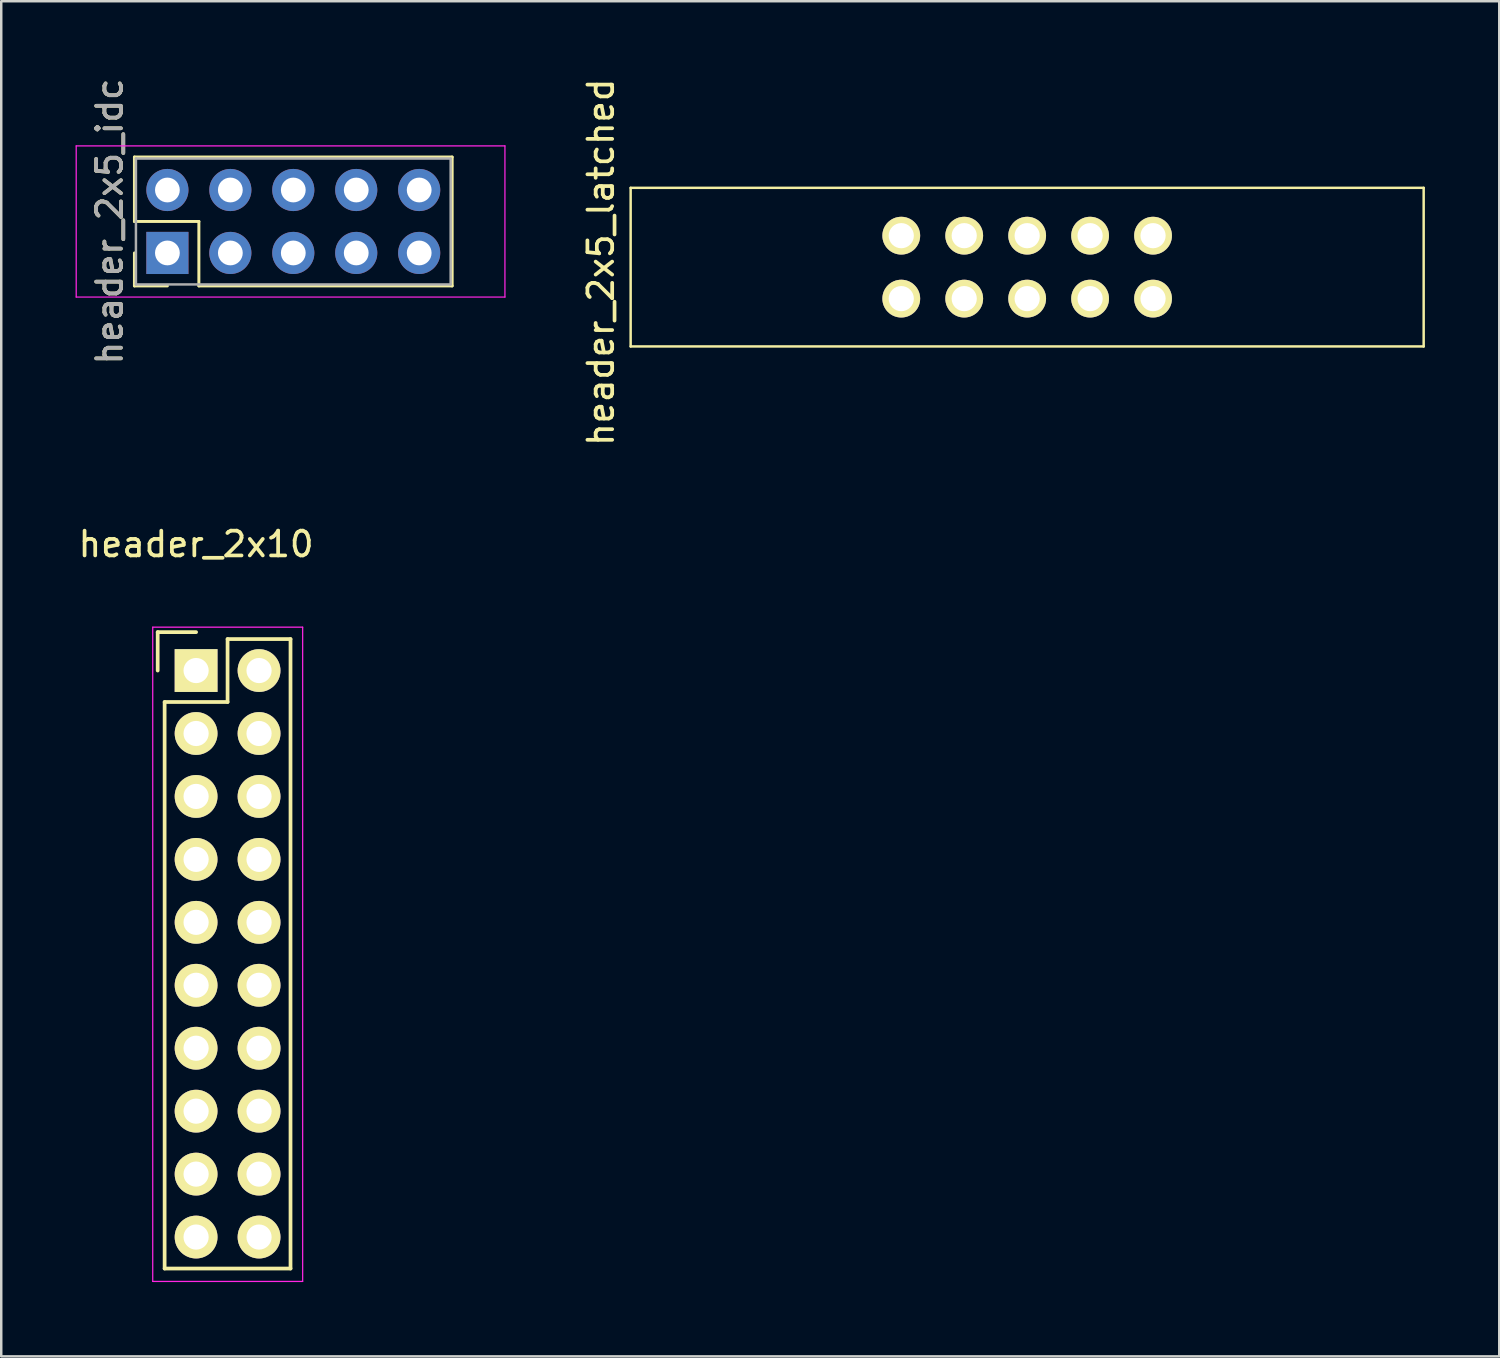
<source format=kicad_pcb>
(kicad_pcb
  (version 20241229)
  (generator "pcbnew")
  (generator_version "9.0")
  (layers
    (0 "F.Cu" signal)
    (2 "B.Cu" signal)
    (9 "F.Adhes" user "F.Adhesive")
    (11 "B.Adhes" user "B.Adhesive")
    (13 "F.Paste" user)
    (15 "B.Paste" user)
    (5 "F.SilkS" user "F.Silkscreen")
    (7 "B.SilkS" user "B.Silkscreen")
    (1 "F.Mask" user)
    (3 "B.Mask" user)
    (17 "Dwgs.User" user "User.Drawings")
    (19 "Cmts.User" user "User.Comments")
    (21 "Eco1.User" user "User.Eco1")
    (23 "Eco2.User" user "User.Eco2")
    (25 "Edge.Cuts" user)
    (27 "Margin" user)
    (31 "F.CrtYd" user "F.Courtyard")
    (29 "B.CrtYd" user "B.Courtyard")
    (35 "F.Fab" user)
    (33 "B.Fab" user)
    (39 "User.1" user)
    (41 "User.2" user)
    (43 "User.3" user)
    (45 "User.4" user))
  (footprint "header_2x5_idc"
    (layer "F.Cu")
    (at 8.675 5.887)
    (property "Reference" "header_2x5_idc" (at -7.3 0 90) (layer "F.SilkS") (effects (font (size 1 1) (thickness 0.15))))
    (attr through_hole)
    (fp_line (start -6.3 -2.6) (end -6.3 0) (stroke (width 0.12) (type solid)) (layer "F.SilkS"))
    (fp_line (start -6.3 0) (end -3.7 0) (stroke (width 0.12) (type solid)) (layer "F.SilkS"))
    (fp_line (start -6.3 2.6) (end -6.3 1.27) (stroke (width 0.12) (type solid)) (layer "F.SilkS"))
    (fp_line (start -4.97 2.6) (end -6.3 2.6) (stroke (width 0.12) (type solid)) (layer "F.SilkS"))
    (fp_line (start -3.7 0) (end -3.7 2.6) (stroke (width 0.12) (type solid)) (layer "F.SilkS"))
    (fp_line (start -3.7 2.6) (end 6.52 2.6) (stroke (width 0.12) (type solid)) (layer "F.SilkS"))
    (fp_line (start 6.52 -2.6) (end -6.3 -2.6) (stroke (width 0.12) (type solid)) (layer "F.SilkS"))
    (fp_line (start 6.52 2.6) (end 6.52 -2.6) (stroke (width 0.12) (type solid)) (layer "F.SilkS"))
    (fp_line (start -8.65 -3.05) (end -8.65 3.05) (stroke (width 0.05) (type solid)) (layer "F.CrtYd"))
    (fp_line (start -8.65 -3.05) (end 8.65 -3.05) (stroke (width 0.05) (type solid)) (layer "F.CrtYd"))
    (fp_line (start -8.65 3.05) (end 8.65 3.05) (stroke (width 0.05) (type solid)) (layer "F.CrtYd"))
    (fp_line (start 8.65 3.05) (end 8.65 -3.05) (stroke (width 0.05) (type solid)) (layer "F.CrtYd"))
    (fp_line (start -6.24 -2.54) (end -6.24 2.54) (stroke (width 0.1) (type solid)) (layer "F.Fab"))
    (fp_line (start -6.24 2.54) (end 6.46 2.54) (stroke (width 0.1) (type solid)) (layer "F.Fab"))
    (fp_line (start 6.46 -2.54) (end -6.24 -2.54) (stroke (width 0.1) (type solid)) (layer "F.Fab"))
    (fp_line (start 6.46 2.54) (end 6.46 -2.54) (stroke (width 0.1) (type solid)) (layer "F.Fab"))
    (fp_text user "${REFERENCE}" (at -7.3 0 90) (layer "F.Fab") (effects (font (size 1 1) (thickness 0.15))))
    (pad "1" thru_hole rect (at -4.97 1.27 90) (size 1.7 1.7) (drill 1) (layers "*.Cu" "*.Mask"))
    (pad "2" thru_hole oval (at -4.97 -1.27 90) (size 1.7 1.7) (drill 1) (layers "*.Cu" "*.Mask"))
    (pad "3" thru_hole oval (at -2.43 1.27 90) (size 1.7 1.7) (drill 1) (layers "*.Cu" "*.Mask"))
    (pad "4" thru_hole oval (at -2.43 -1.27 90) (size 1.7 1.7) (drill 1) (layers "*.Cu" "*.Mask"))
    (pad "5" thru_hole oval (at 0.11 1.27 90) (size 1.7 1.7) (drill 1) (layers "*.Cu" "*.Mask"))
    (pad "6" thru_hole oval (at 0.11 -1.27 90) (size 1.7 1.7) (drill 1) (layers "*.Cu" "*.Mask"))
    (pad "7" thru_hole oval (at 2.65 1.27 90) (size 1.7 1.7) (drill 1) (layers "*.Cu" "*.Mask"))
    (pad "8" thru_hole oval (at 2.65 -1.27 90) (size 1.7 1.7) (drill 1) (layers "*.Cu" "*.Mask"))
    (pad "9" thru_hole oval (at 5.19 1.27 90) (size 1.7 1.7) (drill 1) (layers "*.Cu" "*.Mask"))
    (pad "10" thru_hole oval (at 5.19 -1.27 90) (size 1.7 1.7) (drill 1) (layers "*.Cu" "*.Mask")))
  (footprint "header_2x5_latched"
    (layer "F.Cu")
    (at 38.398 7.73)
    (property "Reference" "header_2x5_latched" (at -17.2 -0.2 90) (layer "F.SilkS") (effects (font (size 1 1) (thickness 0.15))))
    (attr through_hole)
    (fp_line (start -16 -3.2) (end 16 -3.2) (stroke (width 0.1) (type solid)) (layer "F.SilkS"))
    (fp_line (start -16 3.2) (end -16 -3.2) (stroke (width 0.1) (type solid)) (layer "F.SilkS"))
    (fp_line (start -16 3.2) (end 16 3.2) (stroke (width 0.1) (type solid)) (layer "F.SilkS"))
    (fp_line (start 16 3.2) (end 16 -3.2) (stroke (width 0.1) (type solid)) (layer "F.SilkS"))
    (pad "1" thru_hole circle (at -5.08 1.27) (size 1.524 1.524) (drill 1.016) (layers "*.Cu" "*.Mask" "F.SilkS"))
    (pad "2" thru_hole circle (at -5.08 -1.27) (size 1.524 1.524) (drill 1.016) (layers "*.Cu" "*.Mask" "F.SilkS"))
    (pad "3" thru_hole circle (at -2.54 1.27) (size 1.524 1.524) (drill 1.016) (layers "*.Cu" "*.Mask" "F.SilkS"))
    (pad "4" thru_hole circle (at -2.54 -1.27) (size 1.524 1.524) (drill 1.016) (layers "*.Cu" "*.Mask" "F.SilkS"))
    (pad "5" thru_hole circle (at 0 1.27) (size 1.524 1.524) (drill 1.016) (layers "*.Cu" "*.Mask" "F.SilkS"))
    (pad "6" thru_hole circle (at 0 -1.27) (size 1.524 1.524) (drill 1.016) (layers "*.Cu" "*.Mask" "F.SilkS"))
    (pad "7" thru_hole circle (at 2.54 1.27) (size 1.524 1.524) (drill 1.016) (layers "*.Cu" "*.Mask" "F.SilkS"))
    (pad "8" thru_hole circle (at 2.54 -1.27) (size 1.524 1.524) (drill 1.016) (layers "*.Cu" "*.Mask" "F.SilkS"))
    (pad "9" thru_hole circle (at 5.08 1.27) (size 1.524 1.524) (drill 1.016) (layers "*.Cu" "*.Mask" "F.SilkS"))
    (pad "10" thru_hole circle (at 5.08 -1.27) (size 1.524 1.524) (drill 1.016) (layers "*.Cu" "*.Mask" "F.SilkS")))
  (footprint "header_2x10"
    (layer "F.Cu")
    (at 4.863 24.008)
    (property "Reference" "header_2x10" (at 0 -5.1 0) (layer "F.SilkS") (effects (font (size 1 1) (thickness 0.15))))
    (attr through_hole)
    (fp_line (start -1.55 -1.55) (end -1.55 0) (stroke (width 0.15) (type solid)) (layer "F.SilkS"))
    (fp_line (start -1.27 1.27) (end -1.27 24.13) (stroke (width 0.15) (type solid)) (layer "F.SilkS"))
    (fp_line (start 0 -1.55) (end -1.55 -1.55) (stroke (width 0.15) (type solid)) (layer "F.SilkS"))
    (fp_line (start 1.27 -1.27) (end 1.27 1.27) (stroke (width 0.15) (type solid)) (layer "F.SilkS"))
    (fp_line (start 1.27 1.27) (end -1.27 1.27) (stroke (width 0.15) (type solid)) (layer "F.SilkS"))
    (fp_line (start 3.81 -1.27) (end 1.27 -1.27) (stroke (width 0.15) (type solid)) (layer "F.SilkS"))
    (fp_line (start 3.81 24.13) (end -1.27 24.13) (stroke (width 0.15) (type solid)) (layer "F.SilkS"))
    (fp_line (start 3.81 24.13) (end 3.81 -1.27) (stroke (width 0.15) (type solid)) (layer "F.SilkS"))
    (fp_line (start -1.75 -1.75) (end -1.75 24.65) (stroke (width 0.05) (type solid)) (layer "F.CrtYd"))
    (fp_line (start -1.75 -1.75) (end 4.3 -1.75) (stroke (width 0.05) (type solid)) (layer "F.CrtYd"))
    (fp_line (start -1.75 24.65) (end 4.3 24.65) (stroke (width 0.05) (type solid)) (layer "F.CrtYd"))
    (fp_line (start 4.3 -1.75) (end 4.3 24.65) (stroke (width 0.05) (type solid)) (layer "F.CrtYd"))
    (pad "1" thru_hole rect (at 0 0) (size 1.727 1.727) (drill 1.016) (layers "*.Cu" "*.Mask" "F.SilkS"))
    (pad "2" thru_hole oval (at 2.54 0) (size 1.727 1.727) (drill 1.016) (layers "*.Cu" "*.Mask" "F.SilkS"))
    (pad "3" thru_hole oval (at 0 2.54) (size 1.727 1.727) (drill 1.016) (layers "*.Cu" "*.Mask" "F.SilkS"))
    (pad "4" thru_hole oval (at 2.54 2.54) (size 1.727 1.727) (drill 1.016) (layers "*.Cu" "*.Mask" "F.SilkS"))
    (pad "5" thru_hole oval (at 0 5.08) (size 1.727 1.727) (drill 1.016) (layers "*.Cu" "*.Mask" "F.SilkS"))
    (pad "6" thru_hole oval (at 2.54 5.08) (size 1.727 1.727) (drill 1.016) (layers "*.Cu" "*.Mask" "F.SilkS"))
    (pad "7" thru_hole oval (at 0 7.62) (size 1.727 1.727) (drill 1.016) (layers "*.Cu" "*.Mask" "F.SilkS"))
    (pad "8" thru_hole oval (at 2.54 7.62) (size 1.727 1.727) (drill 1.016) (layers "*.Cu" "*.Mask" "F.SilkS"))
    (pad "9" thru_hole oval (at 0 10.16) (size 1.727 1.727) (drill 1.016) (layers "*.Cu" "*.Mask" "F.SilkS"))
    (pad "10" thru_hole oval (at 2.54 10.16) (size 1.727 1.727) (drill 1.016) (layers "*.Cu" "*.Mask" "F.SilkS"))
    (pad "11" thru_hole oval (at 0 12.7) (size 1.727 1.727) (drill 1.016) (layers "*.Cu" "*.Mask" "F.SilkS"))
    (pad "12" thru_hole oval (at 2.54 12.7) (size 1.727 1.727) (drill 1.016) (layers "*.Cu" "*.Mask" "F.SilkS"))
    (pad "13" thru_hole oval (at 0 15.24) (size 1.727 1.727) (drill 1.016) (layers "*.Cu" "*.Mask" "F.SilkS"))
    (pad "14" thru_hole oval (at 2.54 15.24) (size 1.727 1.727) (drill 1.016) (layers "*.Cu" "*.Mask" "F.SilkS"))
    (pad "15" thru_hole oval (at 0 17.78) (size 1.727 1.727) (drill 1.016) (layers "*.Cu" "*.Mask" "F.SilkS"))
    (pad "16" thru_hole oval (at 2.54 17.78) (size 1.727 1.727) (drill 1.016) (layers "*.Cu" "*.Mask" "F.SilkS"))
    (pad "17" thru_hole oval (at 0 20.32) (size 1.727 1.727) (drill 1.016) (layers "*.Cu" "*.Mask" "F.SilkS"))
    (pad "18" thru_hole oval (at 2.54 20.32) (size 1.727 1.727) (drill 1.016) (layers "*.Cu" "*.Mask" "F.SilkS"))
    (pad "19" thru_hole oval (at 0 22.86) (size 1.727 1.727) (drill 1.016) (layers "*.Cu" "*.Mask" "F.SilkS"))
    (pad "20" thru_hole oval (at 2.54 22.86) (size 1.727 1.727) (drill 1.016) (layers "*.Cu" "*.Mask" "F.SilkS")))
  (gr_rect
    (start -3 -3)
    (end 57.448 51.683)
    (stroke (width 0.1) (type default))
    (fill no)
    (layer "Edge.Cuts")))
</source>
